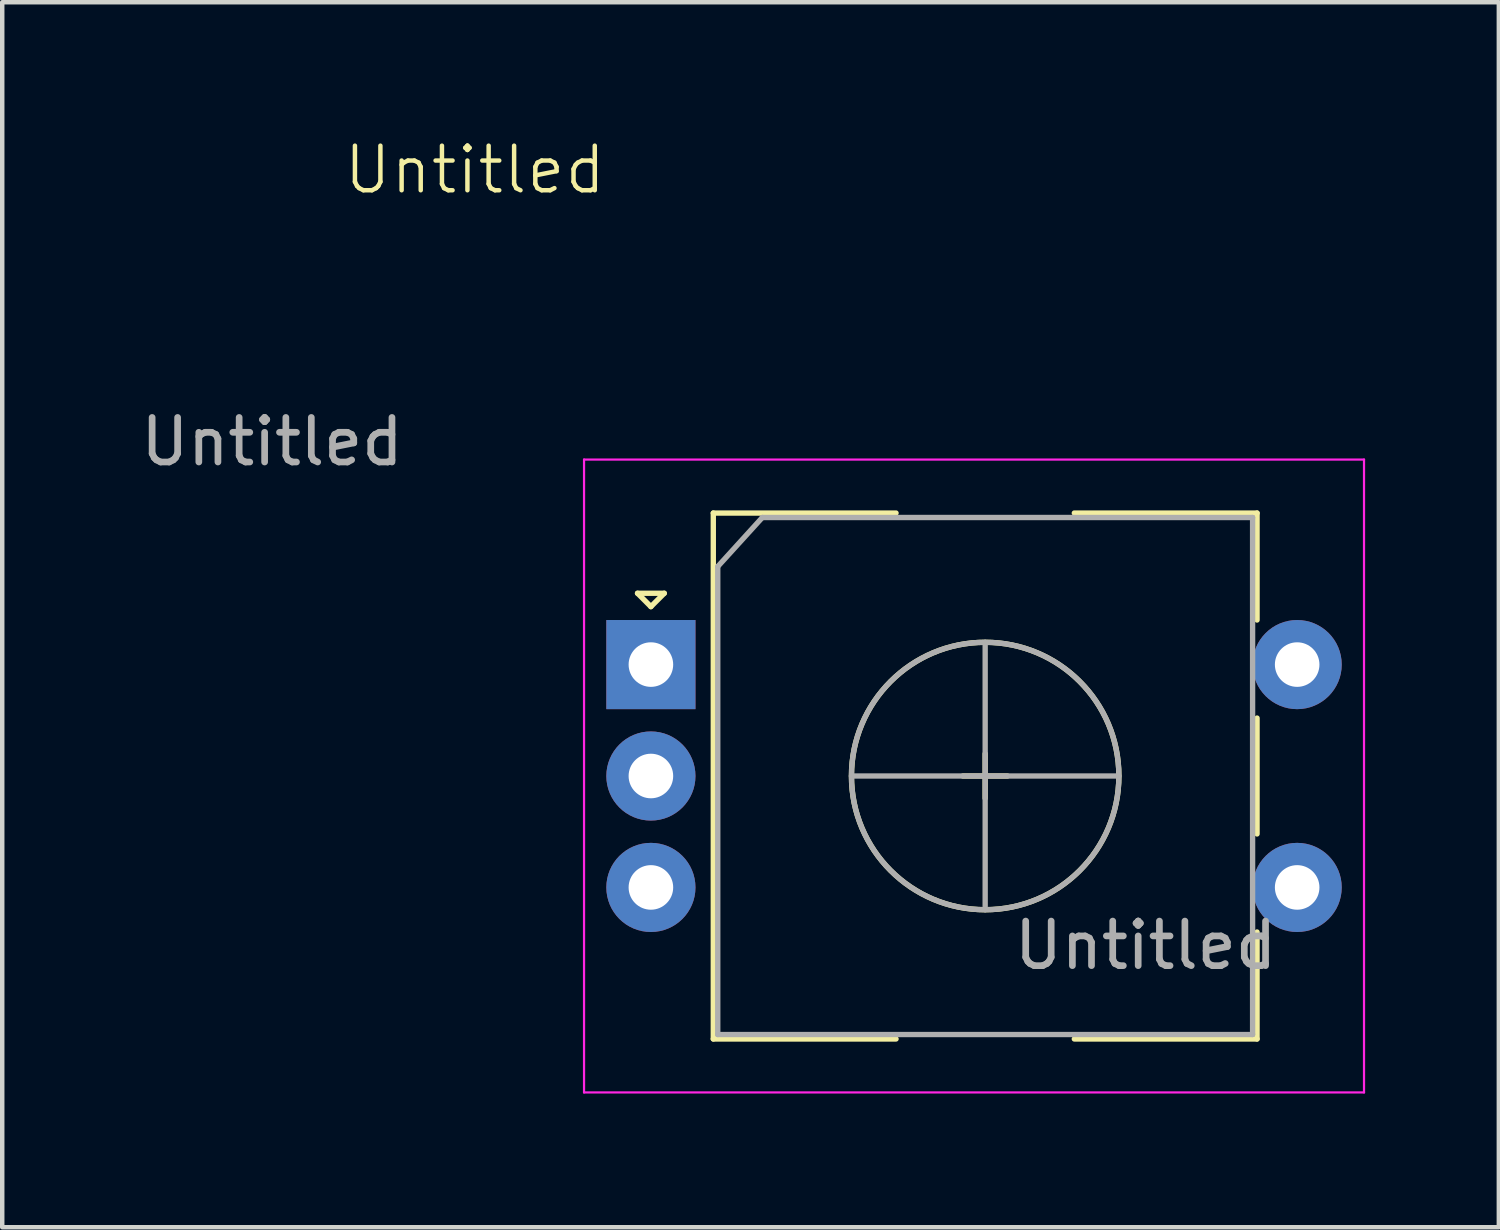
<source format=kicad_pcb>
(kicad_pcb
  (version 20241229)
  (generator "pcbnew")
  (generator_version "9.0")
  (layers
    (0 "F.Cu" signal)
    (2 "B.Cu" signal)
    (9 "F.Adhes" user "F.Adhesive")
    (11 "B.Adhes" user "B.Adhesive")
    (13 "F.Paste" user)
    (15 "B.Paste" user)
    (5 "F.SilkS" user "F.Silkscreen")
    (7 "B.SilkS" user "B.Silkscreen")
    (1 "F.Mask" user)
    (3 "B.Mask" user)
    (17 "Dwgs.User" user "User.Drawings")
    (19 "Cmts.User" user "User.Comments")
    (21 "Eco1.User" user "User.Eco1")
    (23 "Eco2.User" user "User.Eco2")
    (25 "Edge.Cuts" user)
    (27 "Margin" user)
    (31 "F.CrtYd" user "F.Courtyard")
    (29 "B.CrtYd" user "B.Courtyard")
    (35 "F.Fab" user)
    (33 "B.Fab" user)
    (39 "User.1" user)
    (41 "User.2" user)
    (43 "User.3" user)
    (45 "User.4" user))
  (footprint "Untitled"
    (layer "F.Cu")
    (at 19.054 14.361)
    (property "Reference" "Untitled" (at -11.45 -13.6 0) (unlocked yes) (layer "F.SilkS") (effects (font (size 1 1) (thickness 0.1))))
    (attr through_hole)
    (fp_line (start -7.8 -4.1) (end -7.2 -4.1) (stroke (width 0.12) (type solid)) (layer "F.SilkS"))
    (fp_line (start -7.5 -3.8) (end -7.8 -4.1) (stroke (width 0.12) (type solid)) (layer "F.SilkS"))
    (fp_line (start -7.2 -4.1) (end -7.5 -3.8) (stroke (width 0.12) (type solid)) (layer "F.SilkS"))
    (fp_line (start -6.1 -5.9) (end -6.1 5.9) (stroke (width 0.12) (type solid)) (layer "F.SilkS"))
    (fp_line (start -2 -5.9) (end -6.1 -5.9) (stroke (width 0.12) (type solid)) (layer "F.SilkS"))
    (fp_line (start -2 5.9) (end -6.1 5.9) (stroke (width 0.12) (type solid)) (layer "F.SilkS"))
    (fp_line (start -0.5 0) (end 0.5 0) (stroke (width 0.12) (type solid)) (layer "F.SilkS"))
    (fp_line (start 0 -0.5) (end 0 0.5) (stroke (width 0.12) (type solid)) (layer "F.SilkS"))
    (fp_line (start 2 -5.9) (end 6.1 -5.9) (stroke (width 0.12) (type solid)) (layer "F.SilkS"))
    (fp_line (start 6.1 -5.9) (end 6.1 -3.5) (stroke (width 0.12) (type solid)) (layer "F.SilkS"))
    (fp_line (start 6.1 -1.3) (end 6.1 1.3) (stroke (width 0.12) (type solid)) (layer "F.SilkS"))
    (fp_line (start 6.1 3.5) (end 6.1 5.9) (stroke (width 0.12) (type solid)) (layer "F.SilkS"))
    (fp_line (start 6.1 5.9) (end 2 5.9) (stroke (width 0.12) (type solid)) (layer "F.SilkS"))
    (fp_circle (center 0 0) (end 3 0) (stroke (width 0.12) (type solid)) (fill no) (layer "F.SilkS"))
    (fp_line (start -9 -7.1) (end -9 7.1) (stroke (width 0.05) (type solid)) (layer "F.CrtYd"))
    (fp_line (start -9 -7.1) (end 8.5 -7.1) (stroke (width 0.05) (type solid)) (layer "F.CrtYd"))
    (fp_line (start 8.5 7.1) (end -9 7.1) (stroke (width 0.05) (type solid)) (layer "F.CrtYd"))
    (fp_line (start 8.5 7.1) (end 8.5 -7.1) (stroke (width 0.05) (type solid)) (layer "F.CrtYd"))
    (fp_line (start -6 -4.7) (end -5 -5.8) (stroke (width 0.12) (type solid)) (layer "F.Fab"))
    (fp_line (start -6 5.8) (end -6 -4.7) (stroke (width 0.12) (type solid)) (layer "F.Fab"))
    (fp_line (start -5 -5.8) (end 6 -5.8) (stroke (width 0.12) (type solid)) (layer "F.Fab"))
    (fp_line (start -3 0) (end 3 0) (stroke (width 0.12) (type solid)) (layer "F.Fab"))
    (fp_line (start 0 -3) (end 0 3) (stroke (width 0.12) (type solid)) (layer "F.Fab"))
    (fp_line (start 6 -5.8) (end 6 5.8) (stroke (width 0.12) (type solid)) (layer "F.Fab"))
    (fp_line (start 6 5.8) (end -6 5.8) (stroke (width 0.12) (type solid)) (layer "F.Fab"))
    (fp_circle (center 0 0) (end 3 0) (stroke (width 0.12) (type solid)) (fill no) (layer "F.Fab"))
    (fp_text user "${REFERENCE}" (at -16 -7.5 0) (unlocked yes) (layer "F.Fab") (effects (font (size 1 1) (thickness 0.15))))
    (fp_text user "${REFERENCE}" (at 3.6 3.8 0) (layer "F.Fab") (effects (font (size 1 1) (thickness 0.15))))
    (pad "A" thru_hole rect (at -7.5 -2.5) (size 2 2) (drill 1) (layers "*.Cu" "*.Mask"))
    (pad "B" thru_hole circle (at -7.5 2.5) (size 2 2) (drill 1) (layers "*.Cu" "*.Mask"))
    (pad "C" thru_hole circle (at -7.5 0) (size 2 2) (drill 1) (layers "*.Cu" "*.Mask"))
    (pad "S1" thru_hole circle (at 7 2.5) (size 2 2) (drill 1) (layers "*.Cu" "*.Mask"))
    (pad "S2" thru_hole circle (at 7 -2.5) (size 2 2) (drill 1) (layers "*.Cu" "*.Mask")))
  (gr_rect
    (start -3 -3)
    (end 30.579 24.485)
    (stroke (width 0.1) (type default))
    (fill no)
    (layer "Edge.Cuts")))
</source>
